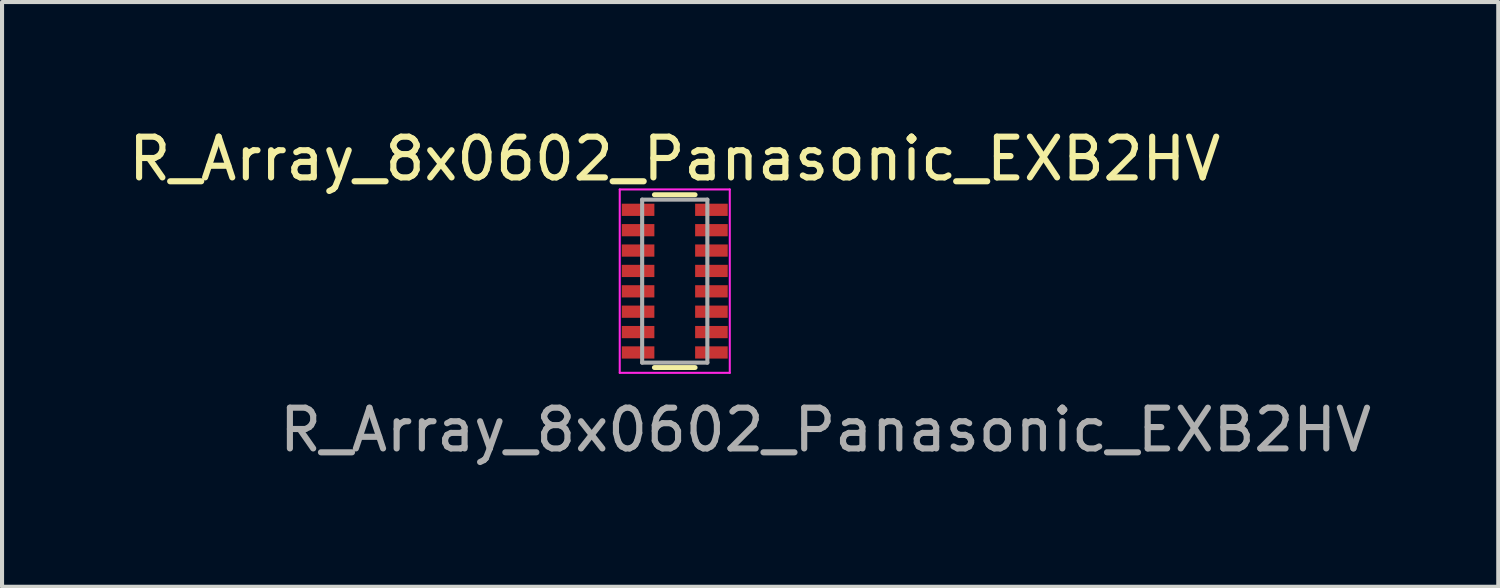
<source format=kicad_pcb>
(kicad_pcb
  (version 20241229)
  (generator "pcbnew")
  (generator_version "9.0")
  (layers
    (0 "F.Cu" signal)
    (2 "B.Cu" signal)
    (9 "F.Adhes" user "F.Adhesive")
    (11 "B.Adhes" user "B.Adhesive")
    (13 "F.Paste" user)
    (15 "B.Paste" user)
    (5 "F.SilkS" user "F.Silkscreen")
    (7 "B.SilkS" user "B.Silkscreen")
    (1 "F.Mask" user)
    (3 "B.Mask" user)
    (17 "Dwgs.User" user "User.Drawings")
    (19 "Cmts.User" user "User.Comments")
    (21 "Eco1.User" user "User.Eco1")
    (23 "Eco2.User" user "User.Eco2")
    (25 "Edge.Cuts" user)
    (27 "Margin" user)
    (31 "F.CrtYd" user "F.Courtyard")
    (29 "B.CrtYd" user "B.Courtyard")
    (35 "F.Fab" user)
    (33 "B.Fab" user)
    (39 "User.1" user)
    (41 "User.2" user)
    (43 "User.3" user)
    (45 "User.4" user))
  (footprint "R_Array_8x0602_Panasonic_EXB2HV"
    (layer "F.Cu")
    (at 13.506 3.848)
    (property "Reference" "R_Array_8x0602_Panasonic_EXB2HV" (at 0 -3 0) (layer "F.SilkS") (effects (font (size 1 1) (thickness 0.15))))
    (attr smd allow_soldermask_bridges)
    (fp_line (start 0.5 -2.12) (end -0.5 -2.12) (stroke (width 0.12) (type solid)) (layer "F.SilkS"))
    (fp_line (start 0.5 2.12) (end -0.5 2.12) (stroke (width 0.12) (type solid)) (layer "F.SilkS"))
    (fp_line (start -1.35 -2.25) (end -1.35 2.25) (stroke (width 0.05) (type solid)) (layer "F.CrtYd"))
    (fp_line (start -1.35 -2.25) (end 1.35 -2.25) (stroke (width 0.05) (type solid)) (layer "F.CrtYd"))
    (fp_line (start 1.35 2.25) (end -1.35 2.25) (stroke (width 0.05) (type solid)) (layer "F.CrtYd"))
    (fp_line (start 1.35 2.25) (end 1.35 -2.25) (stroke (width 0.05) (type solid)) (layer "F.CrtYd"))
    (fp_line (start -0.8 -2) (end -0.8 2) (stroke (width 0.1) (type solid)) (layer "F.Fab"))
    (fp_line (start -0.8 2) (end 0.8 2) (stroke (width 0.1) (type solid)) (layer "F.Fab"))
    (fp_line (start 0.8 -2) (end -0.8 -2) (stroke (width 0.1) (type solid)) (layer "F.Fab"))
    (fp_line (start 0.8 2) (end 0.8 -2) (stroke (width 0.1) (type solid)) (layer "F.Fab"))
    (fp_text user "${REFERENCE}" (at 3.7 3.65 180) (layer "F.Fab") (effects (font (size 1 1) (thickness 0.15))))
    (pad "1" smd rect (at -0.9 -1.75) (size 0.8 0.3) (layers "F.Cu" "F.Mask" "F.Paste"))
    (pad "2" smd rect (at -0.9 -1.25) (size 0.8 0.3) (layers "F.Cu" "F.Mask" "F.Paste"))
    (pad "3" smd rect (at -0.9 -0.75) (size 0.8 0.3) (layers "F.Cu" "F.Mask" "F.Paste"))
    (pad "4" smd rect (at -0.9 -0.25) (size 0.8 0.3) (layers "F.Cu" "F.Mask" "F.Paste"))
    (pad "5" smd rect (at -0.9 0.25) (size 0.8 0.3) (layers "F.Cu" "F.Mask" "F.Paste"))
    (pad "6" smd rect (at -0.9 0.75) (size 0.8 0.3) (layers "F.Cu" "F.Mask" "F.Paste"))
    (pad "7" smd rect (at -0.9 1.25) (size 0.8 0.3) (layers "F.Cu" "F.Mask" "F.Paste"))
    (pad "8" smd rect (at -0.9 1.75) (size 0.8 0.3) (layers "F.Cu" "F.Mask" "F.Paste"))
    (pad "9" smd rect (at 0.9 1.75) (size 0.8 0.3) (layers "F.Cu" "F.Mask" "F.Paste"))
    (pad "10" smd rect (at 0.9 1.25) (size 0.8 0.3) (layers "F.Cu" "F.Mask" "F.Paste"))
    (pad "11" smd rect (at 0.9 0.75) (size 0.8 0.3) (layers "F.Cu" "F.Mask" "F.Paste"))
    (pad "12" smd rect (at 0.9 0.25) (size 0.8 0.3) (layers "F.Cu" "F.Mask" "F.Paste"))
    (pad "13" smd rect (at 0.9 -0.25) (size 0.8 0.3) (layers "F.Cu" "F.Mask" "F.Paste"))
    (pad "14" smd rect (at 0.9 -0.75) (size 0.8 0.3) (layers "F.Cu" "F.Mask" "F.Paste"))
    (pad "15" smd rect (at 0.9 -1.25) (size 0.8 0.3) (layers "F.Cu" "F.Mask" "F.Paste"))
    (pad "16" smd rect (at 0.9 -1.75) (size 0.8 0.3) (layers "F.Cu" "F.Mask" "F.Paste")))
  (gr_rect
    (start -3 -3)
    (end 33.712 11.347)
    (stroke (width 0.1) (type default))
    (fill no)
    (layer "Edge.Cuts")))
</source>
